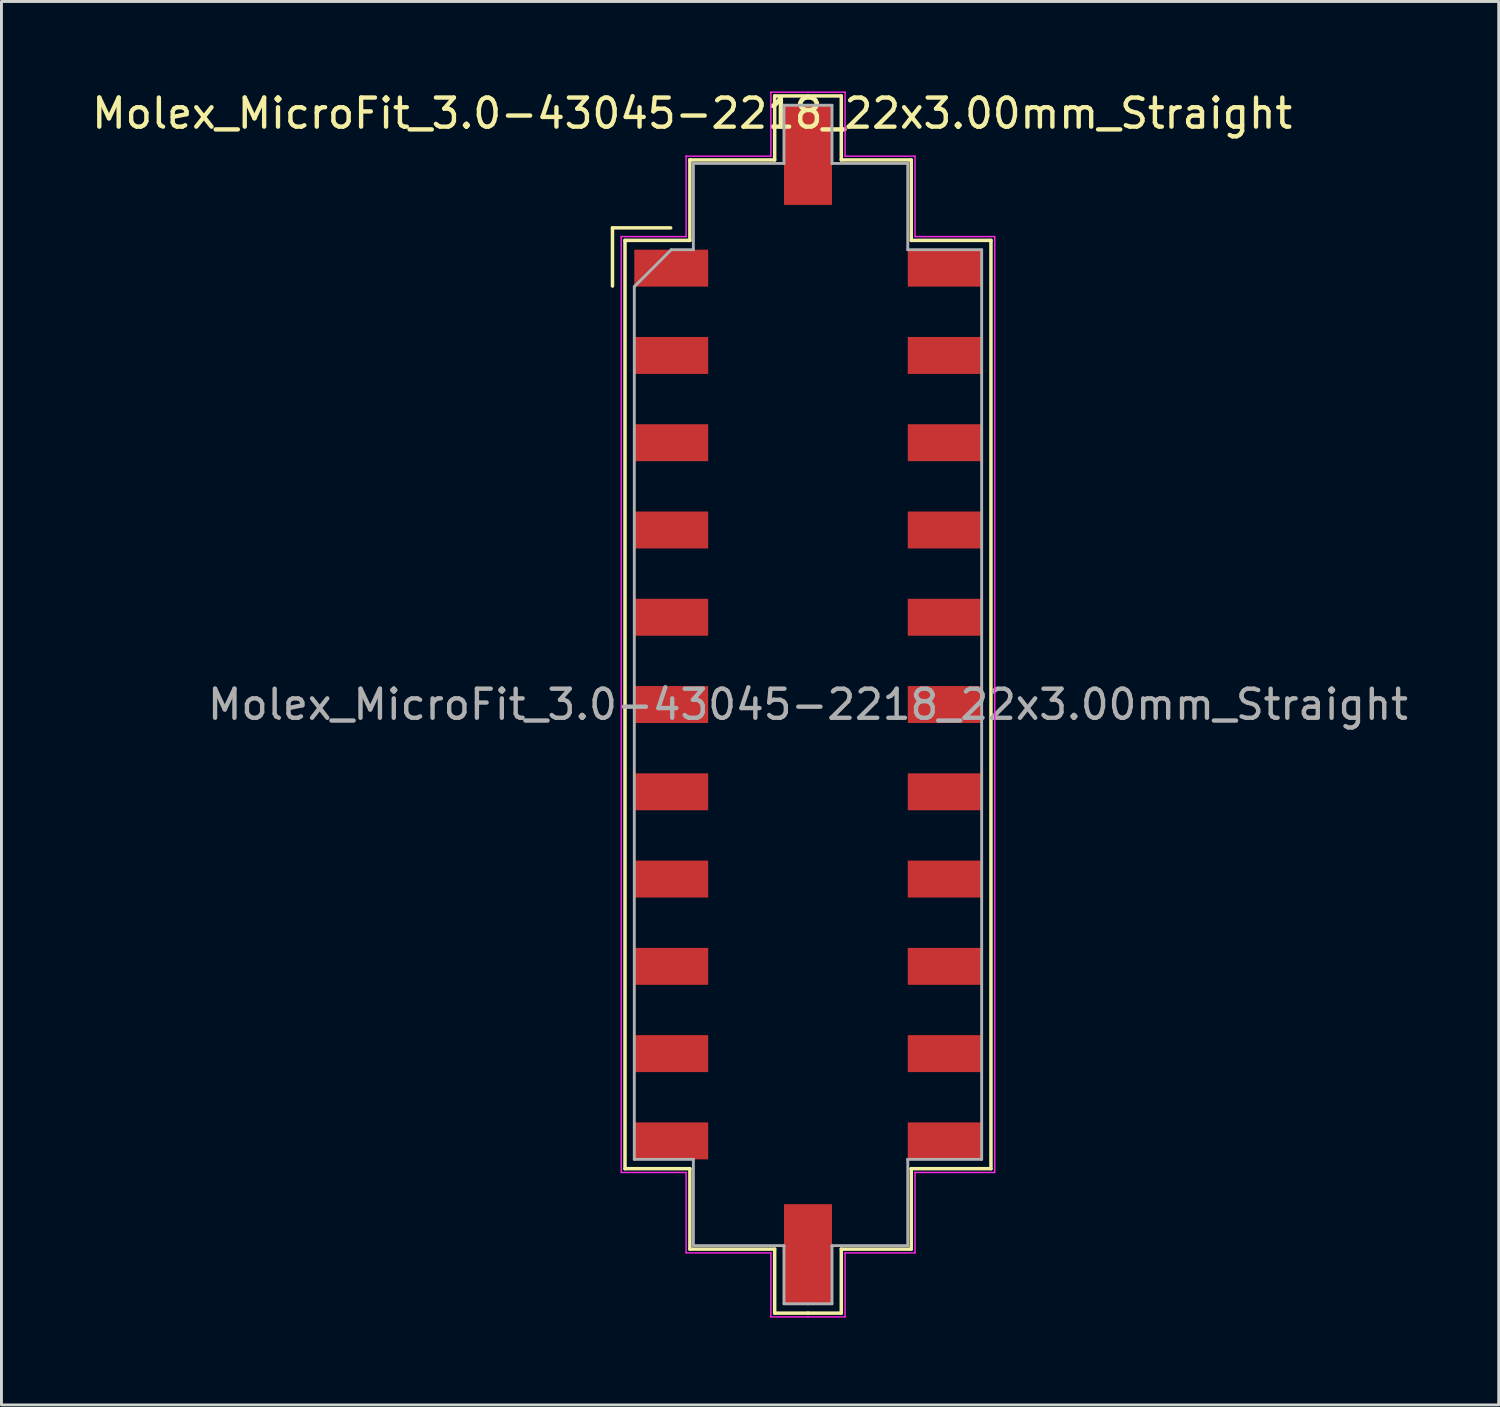
<source format=kicad_pcb>
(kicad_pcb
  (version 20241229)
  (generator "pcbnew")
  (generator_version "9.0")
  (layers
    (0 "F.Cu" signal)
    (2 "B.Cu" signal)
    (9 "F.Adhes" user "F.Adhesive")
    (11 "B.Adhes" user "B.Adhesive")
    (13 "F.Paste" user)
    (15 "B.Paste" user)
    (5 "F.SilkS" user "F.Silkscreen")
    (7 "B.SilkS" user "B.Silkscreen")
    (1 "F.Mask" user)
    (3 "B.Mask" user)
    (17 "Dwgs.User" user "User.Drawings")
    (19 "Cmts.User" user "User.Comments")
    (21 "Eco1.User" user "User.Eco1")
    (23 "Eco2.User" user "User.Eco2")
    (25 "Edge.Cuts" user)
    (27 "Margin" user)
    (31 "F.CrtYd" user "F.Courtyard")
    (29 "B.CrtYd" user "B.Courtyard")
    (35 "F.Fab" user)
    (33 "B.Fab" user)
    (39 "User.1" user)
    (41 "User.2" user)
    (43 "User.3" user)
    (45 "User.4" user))
  (footprint "Molex_MicroFit_3.0-43045-2218_22x3.00mm_Straight"
    (layer "F.Cu")
    (at 24.724 21.168)
    (property "Reference" "Molex_MicroFit_3.0-43045-2218_22x3.00mm_Straight" (at -3.98 -20.32 0) (layer "F.SilkS") (effects (font (size 1 1) (thickness 0.15))))
    (attr smd)
    (fp_line (start -6.72 -16.385) (end -6.72 -14.385) (stroke (width 0.12) (type solid)) (layer "F.SilkS"))
    (fp_line (start -6.29 -15.955) (end -4.06 -15.955) (stroke (width 0.12) (type solid)) (layer "F.SilkS"))
    (fp_line (start -6.29 15.955) (end -6.29 -15.955) (stroke (width 0.12) (type solid)) (layer "F.SilkS"))
    (fp_line (start -4.72 -16.385) (end -6.72 -16.385) (stroke (width 0.12) (type solid)) (layer "F.SilkS"))
    (fp_line (start -4.06 -18.72) (end -4.06 -18.72) (stroke (width 0.12) (type solid)) (layer "F.SilkS"))
    (fp_line (start -4.06 -18.72) (end -1.145 -18.72) (stroke (width 0.12) (type solid)) (layer "F.SilkS"))
    (fp_line (start -4.06 -15.955) (end -4.06 -18.72) (stroke (width 0.12) (type solid)) (layer "F.SilkS"))
    (fp_line (start -4.06 15.955) (end -6.29 15.955) (stroke (width 0.12) (type solid)) (layer "F.SilkS"))
    (fp_line (start -4.06 18.72) (end -4.06 15.955) (stroke (width 0.12) (type solid)) (layer "F.SilkS"))
    (fp_line (start -1.145 -20.92) (end 0 -20.92) (stroke (width 0.12) (type solid)) (layer "F.SilkS"))
    (fp_line (start -1.145 -18.72) (end -1.145 -20.92) (stroke (width 0.12) (type solid)) (layer "F.SilkS"))
    (fp_line (start -1.145 18.72) (end -4.06 18.72) (stroke (width 0.12) (type solid)) (layer "F.SilkS"))
    (fp_line (start -1.145 20.92) (end -1.145 18.72) (stroke (width 0.12) (type solid)) (layer "F.SilkS"))
    (fp_line (start 0 -20.92) (end 1.145 -20.92) (stroke (width 0.12) (type solid)) (layer "F.SilkS"))
    (fp_line (start 0 20.92) (end -1.145 20.92) (stroke (width 0.12) (type solid)) (layer "F.SilkS"))
    (fp_line (start 1.145 -20.92) (end 1.145 -18.72) (stroke (width 0.12) (type solid)) (layer "F.SilkS"))
    (fp_line (start 1.145 -18.72) (end 3.55 -18.72) (stroke (width 0.12) (type solid)) (layer "F.SilkS"))
    (fp_line (start 1.145 18.72) (end 1.145 20.92) (stroke (width 0.12) (type solid)) (layer "F.SilkS"))
    (fp_line (start 1.145 20.92) (end 0 20.92) (stroke (width 0.12) (type solid)) (layer "F.SilkS"))
    (fp_line (start 3.55 -18.72) (end 3.55 -15.955) (stroke (width 0.12) (type solid)) (layer "F.SilkS"))
    (fp_line (start 3.55 -15.955) (end 6.29 -15.955) (stroke (width 0.12) (type solid)) (layer "F.SilkS"))
    (fp_line (start 3.55 15.955) (end 3.55 15.955) (stroke (width 0.12) (type solid)) (layer "F.SilkS"))
    (fp_line (start 3.55 15.955) (end 3.55 18.72) (stroke (width 0.12) (type solid)) (layer "F.SilkS"))
    (fp_line (start 3.55 18.72) (end 1.145 18.72) (stroke (width 0.12) (type solid)) (layer "F.SilkS"))
    (fp_line (start 6.29 -15.955) (end 6.29 15.955) (stroke (width 0.12) (type solid)) (layer "F.SilkS"))
    (fp_line (start 6.29 15.955) (end 3.55 15.955) (stroke (width 0.12) (type solid)) (layer "F.SilkS"))
    (fp_line (start -6.42 -16.085) (end -4.19 -16.085) (stroke (width 0.05) (type solid)) (layer "F.CrtYd"))
    (fp_line (start -6.42 16.085) (end -6.42 -16.085) (stroke (width 0.05) (type solid)) (layer "F.CrtYd"))
    (fp_line (start -4.19 -18.85) (end -4.19 -18.85) (stroke (width 0.05) (type solid)) (layer "F.CrtYd"))
    (fp_line (start -4.19 -18.85) (end -1.275 -18.85) (stroke (width 0.05) (type solid)) (layer "F.CrtYd"))
    (fp_line (start -4.19 -16.085) (end -4.19 -18.85) (stroke (width 0.05) (type solid)) (layer "F.CrtYd"))
    (fp_line (start -4.19 16.085) (end -6.42 16.085) (stroke (width 0.05) (type solid)) (layer "F.CrtYd"))
    (fp_line (start -4.19 18.85) (end -4.19 16.085) (stroke (width 0.05) (type solid)) (layer "F.CrtYd"))
    (fp_line (start -1.275 -21.05) (end 0 -21.05) (stroke (width 0.05) (type solid)) (layer "F.CrtYd"))
    (fp_line (start -1.275 -18.85) (end -1.275 -21.05) (stroke (width 0.05) (type solid)) (layer "F.CrtYd"))
    (fp_line (start -1.275 18.85) (end -4.19 18.85) (stroke (width 0.05) (type solid)) (layer "F.CrtYd"))
    (fp_line (start -1.275 21.05) (end -1.275 18.85) (stroke (width 0.05) (type solid)) (layer "F.CrtYd"))
    (fp_line (start 0 -21.05) (end 1.275 -21.05) (stroke (width 0.05) (type solid)) (layer "F.CrtYd"))
    (fp_line (start 0 21.05) (end -1.275 21.05) (stroke (width 0.05) (type solid)) (layer "F.CrtYd"))
    (fp_line (start 1.275 -21.05) (end 1.275 -18.85) (stroke (width 0.05) (type solid)) (layer "F.CrtYd"))
    (fp_line (start 1.275 -18.85) (end 3.68 -18.85) (stroke (width 0.05) (type solid)) (layer "F.CrtYd"))
    (fp_line (start 1.275 18.85) (end 1.275 21.05) (stroke (width 0.05) (type solid)) (layer "F.CrtYd"))
    (fp_line (start 1.275 21.05) (end 0 21.05) (stroke (width 0.05) (type solid)) (layer "F.CrtYd"))
    (fp_line (start 3.68 -18.85) (end 3.68 -16.085) (stroke (width 0.05) (type solid)) (layer "F.CrtYd"))
    (fp_line (start 3.68 -16.085) (end 6.42 -16.085) (stroke (width 0.05) (type solid)) (layer "F.CrtYd"))
    (fp_line (start 3.68 16.085) (end 3.68 16.085) (stroke (width 0.05) (type solid)) (layer "F.CrtYd"))
    (fp_line (start 3.68 16.085) (end 3.68 18.85) (stroke (width 0.05) (type solid)) (layer "F.CrtYd"))
    (fp_line (start 3.68 18.85) (end 1.275 18.85) (stroke (width 0.05) (type solid)) (layer "F.CrtYd"))
    (fp_line (start 6.42 -16.085) (end 6.42 16.085) (stroke (width 0.05) (type solid)) (layer "F.CrtYd"))
    (fp_line (start 6.42 16.085) (end 3.68 16.085) (stroke (width 0.05) (type solid)) (layer "F.CrtYd"))
    (fp_line (start -5.97 -14.365) (end -4.7 -15.635) (stroke (width 0.1) (type solid)) (layer "F.Fab"))
    (fp_line (start -5.97 15.635) (end -5.97 -14.365) (stroke (width 0.1) (type solid)) (layer "F.Fab"))
    (fp_line (start -4.7 -15.635) (end -3.94 -15.635) (stroke (width 0.1) (type solid)) (layer "F.Fab"))
    (fp_line (start -3.94 -18.6) (end -3.94 -18.6) (stroke (width 0.1) (type solid)) (layer "F.Fab"))
    (fp_line (start -3.94 -18.6) (end -0.825 -18.6) (stroke (width 0.1) (type solid)) (layer "F.Fab"))
    (fp_line (start -3.94 -15.635) (end -3.94 -18.6) (stroke (width 0.1) (type solid)) (layer "F.Fab"))
    (fp_line (start -3.94 15.635) (end -5.97 15.635) (stroke (width 0.1) (type solid)) (layer "F.Fab"))
    (fp_line (start -3.94 18.6) (end -3.94 15.635) (stroke (width 0.1) (type solid)) (layer "F.Fab"))
    (fp_line (start -0.825 -20.6) (end 0 -20.6) (stroke (width 0.1) (type solid)) (layer "F.Fab"))
    (fp_line (start -0.825 -18.6) (end -0.825 -20.6) (stroke (width 0.1) (type solid)) (layer "F.Fab"))
    (fp_line (start -0.825 18.6) (end -3.94 18.6) (stroke (width 0.1) (type solid)) (layer "F.Fab"))
    (fp_line (start -0.825 20.6) (end -0.825 18.6) (stroke (width 0.1) (type solid)) (layer "F.Fab"))
    (fp_line (start 0 -20.6) (end 0.825 -20.6) (stroke (width 0.1) (type solid)) (layer "F.Fab"))
    (fp_line (start 0 20.6) (end -0.825 20.6) (stroke (width 0.1) (type solid)) (layer "F.Fab"))
    (fp_line (start 0.825 -20.6) (end 0.825 -18.6) (stroke (width 0.1) (type solid)) (layer "F.Fab"))
    (fp_line (start 0.825 -18.6) (end 3.43 -18.6) (stroke (width 0.1) (type solid)) (layer "F.Fab"))
    (fp_line (start 0.825 18.6) (end 0.825 20.6) (stroke (width 0.1) (type solid)) (layer "F.Fab"))
    (fp_line (start 0.825 20.6) (end 0 20.6) (stroke (width 0.1) (type solid)) (layer "F.Fab"))
    (fp_line (start 3.43 -18.6) (end 3.43 -15.635) (stroke (width 0.1) (type solid)) (layer "F.Fab"))
    (fp_line (start 3.43 -15.635) (end 5.97 -15.635) (stroke (width 0.1) (type solid)) (layer "F.Fab"))
    (fp_line (start 3.43 15.635) (end 3.43 15.635) (stroke (width 0.1) (type solid)) (layer "F.Fab"))
    (fp_line (start 3.43 15.635) (end 3.43 18.6) (stroke (width 0.1) (type solid)) (layer "F.Fab"))
    (fp_line (start 3.43 18.6) (end 0.825 18.6) (stroke (width 0.1) (type solid)) (layer "F.Fab"))
    (fp_line (start 5.97 -15.635) (end 5.97 15.635) (stroke (width 0.1) (type solid)) (layer "F.Fab"))
    (fp_line (start 5.97 15.635) (end 3.43 15.635) (stroke (width 0.1) (type solid)) (layer "F.Fab"))
    (fp_text user "${REFERENCE}" (at 0 0 0) (layer "F.Fab") (effects (font (size 1 1) (thickness 0.15))))
    (pad "" smd rect (at 0 -18.89) (size 1.65 3.43) (layers "F.Cu" "F.Mask" "F.Paste"))
    (pad "" smd rect (at 0 18.89) (size 1.65 3.43) (layers "F.Cu" "F.Mask" "F.Paste"))
    (pad "1" smd rect (at -4.7 -15) (size 2.54 1.27) (layers "F.Cu" "F.Mask" "F.Paste"))
    (pad "2" smd rect (at -4.7 -12) (size 2.54 1.27) (layers "F.Cu" "F.Mask" "F.Paste"))
    (pad "3" smd rect (at -4.7 -9) (size 2.54 1.27) (layers "F.Cu" "F.Mask" "F.Paste"))
    (pad "4" smd rect (at -4.7 -6) (size 2.54 1.27) (layers "F.Cu" "F.Mask" "F.Paste"))
    (pad "5" smd rect (at -4.7 -3) (size 2.54 1.27) (layers "F.Cu" "F.Mask" "F.Paste"))
    (pad "6" smd rect (at -4.7 0) (size 2.54 1.27) (layers "F.Cu" "F.Mask" "F.Paste"))
    (pad "7" smd rect (at -4.7 3) (size 2.54 1.27) (layers "F.Cu" "F.Mask" "F.Paste"))
    (pad "8" smd rect (at -4.7 6) (size 2.54 1.27) (layers "F.Cu" "F.Mask" "F.Paste"))
    (pad "9" smd rect (at -4.7 9) (size 2.54 1.27) (layers "F.Cu" "F.Mask" "F.Paste"))
    (pad "10" smd rect (at -4.7 12) (size 2.54 1.27) (layers "F.Cu" "F.Mask" "F.Paste"))
    (pad "11" smd rect (at -4.7 15) (size 2.54 1.27) (layers "F.Cu" "F.Mask" "F.Paste"))
    (pad "12" smd rect (at 4.7 15) (size 2.54 1.27) (layers "F.Cu" "F.Mask" "F.Paste"))
    (pad "13" smd rect (at 4.7 12) (size 2.54 1.27) (layers "F.Cu" "F.Mask" "F.Paste"))
    (pad "14" smd rect (at 4.7 9) (size 2.54 1.27) (layers "F.Cu" "F.Mask" "F.Paste"))
    (pad "15" smd rect (at 4.7 6) (size 2.54 1.27) (layers "F.Cu" "F.Mask" "F.Paste"))
    (pad "16" smd rect (at 4.7 3) (size 2.54 1.27) (layers "F.Cu" "F.Mask" "F.Paste"))
    (pad "17" smd rect (at 4.7 0) (size 2.54 1.27) (layers "F.Cu" "F.Mask" "F.Paste"))
    (pad "18" smd rect (at 4.7 -3) (size 2.54 1.27) (layers "F.Cu" "F.Mask" "F.Paste"))
    (pad "19" smd rect (at 4.7 -6) (size 2.54 1.27) (layers "F.Cu" "F.Mask" "F.Paste"))
    (pad "20" smd rect (at 4.7 -9) (size 2.54 1.27) (layers "F.Cu" "F.Mask" "F.Paste"))
    (pad "21" smd rect (at 4.7 -12) (size 2.54 1.27) (layers "F.Cu" "F.Mask" "F.Paste"))
    (pad "22" smd rect (at 4.7 -15) (size 2.54 1.27) (layers "F.Cu" "F.Mask" "F.Paste")))
  (gr_rect
    (start -3 -3)
    (end 48.468 45.243)
    (stroke (width 0.1) (type default))
    (fill no)
    (layer "Edge.Cuts")))
</source>
